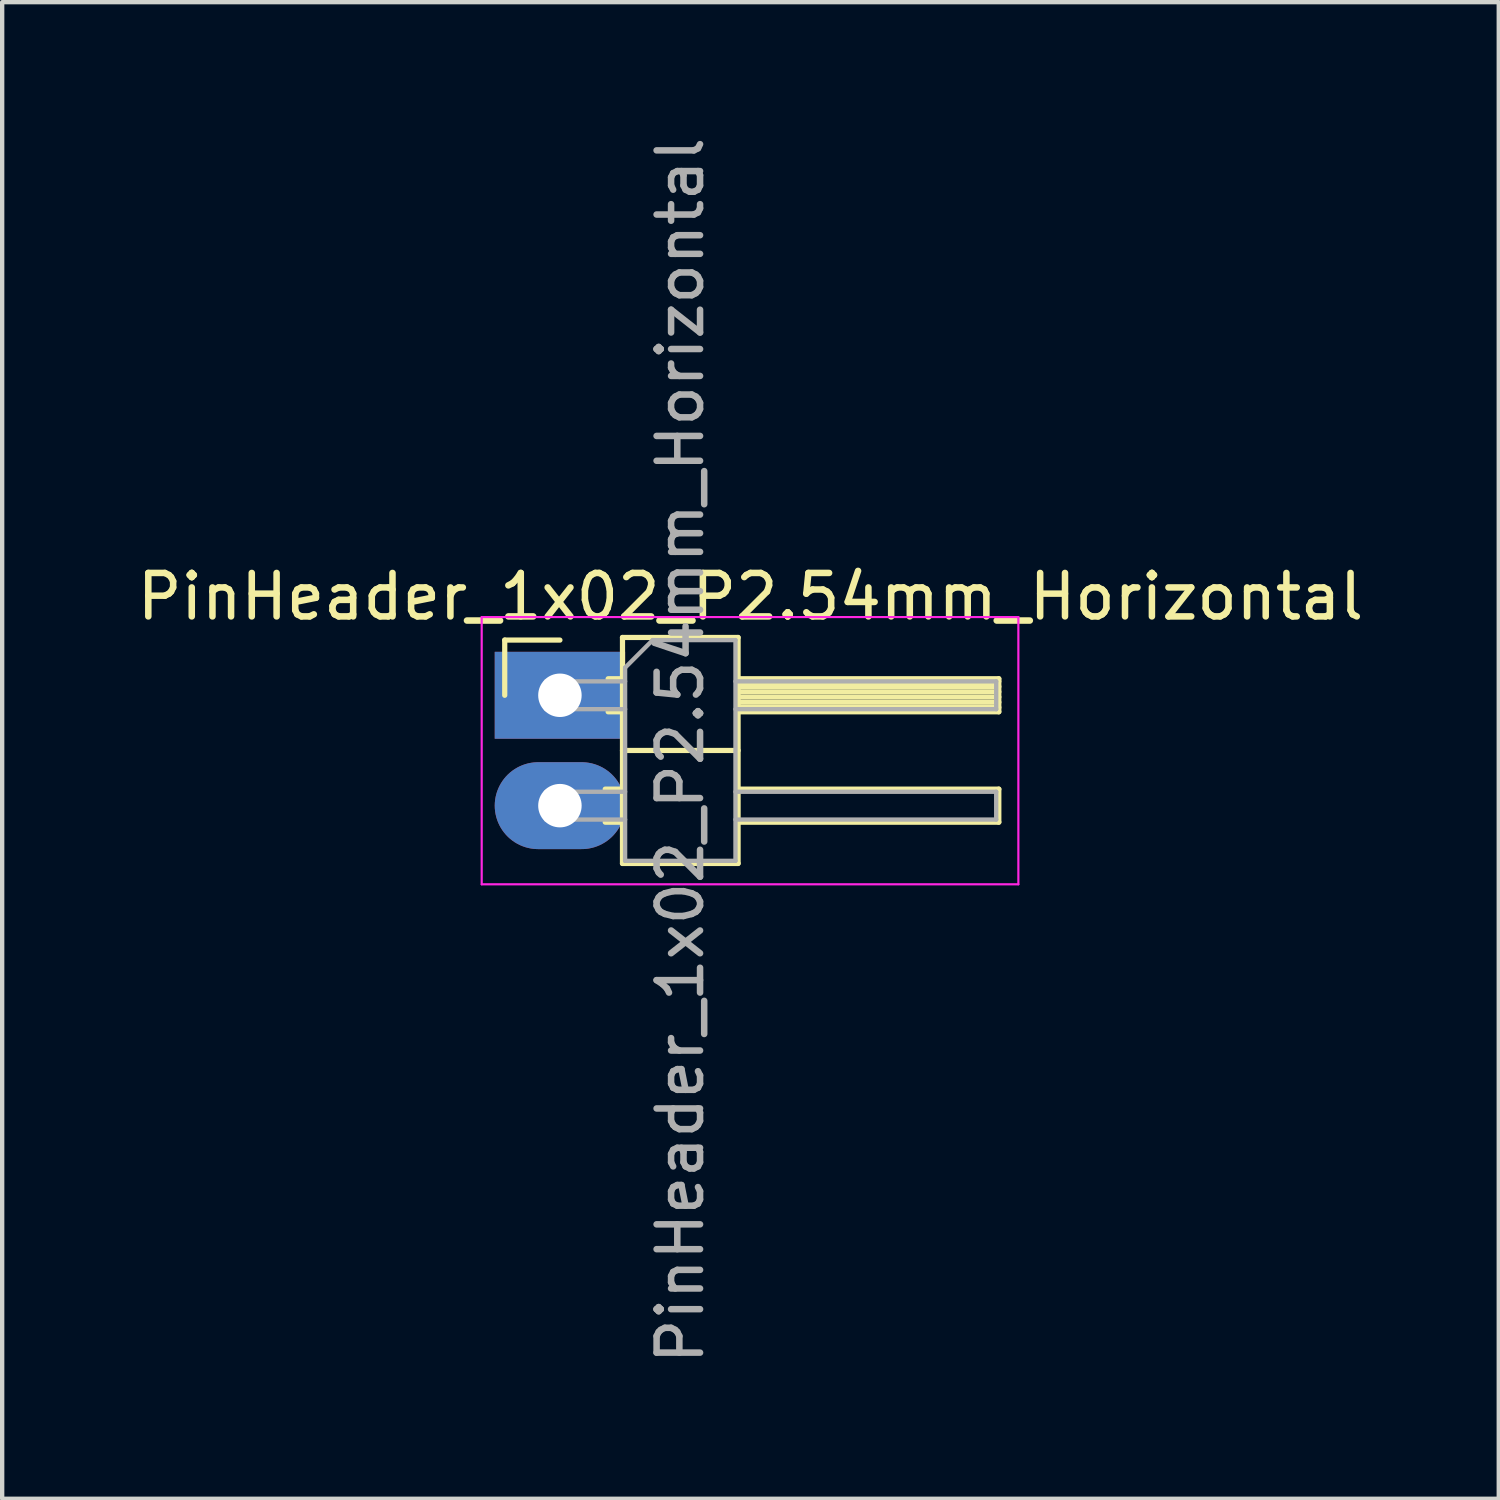
<source format=kicad_pcb>
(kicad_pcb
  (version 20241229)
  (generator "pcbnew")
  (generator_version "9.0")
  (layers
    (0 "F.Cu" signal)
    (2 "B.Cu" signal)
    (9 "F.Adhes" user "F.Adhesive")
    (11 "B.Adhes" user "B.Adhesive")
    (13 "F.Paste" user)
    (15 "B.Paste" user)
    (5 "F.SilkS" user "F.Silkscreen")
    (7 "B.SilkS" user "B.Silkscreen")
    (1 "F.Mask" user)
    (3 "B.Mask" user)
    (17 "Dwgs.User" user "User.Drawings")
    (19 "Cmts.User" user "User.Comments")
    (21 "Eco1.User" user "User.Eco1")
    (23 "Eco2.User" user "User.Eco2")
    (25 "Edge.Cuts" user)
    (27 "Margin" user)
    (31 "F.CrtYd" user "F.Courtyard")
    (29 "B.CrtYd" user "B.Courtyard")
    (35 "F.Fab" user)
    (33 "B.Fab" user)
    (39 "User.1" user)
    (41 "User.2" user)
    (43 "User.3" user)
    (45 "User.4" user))
  (footprint "PinHeader_1x02_P2.54mm_Horizontal"
    (layer "F.Cu")
    (at 9.835 12.95)
    (property "Reference" "PinHeader_1x02_P2.54mm_Horizontal" (at 4.385 -2.27 0) (layer "F.SilkS") (effects (font (size 1 1) (thickness 0.15))))
    (attr through_hole)
    (fp_line (start -1.27 -1.27) (end 0 -1.27) (stroke (width 0.12) (type solid)) (layer "F.SilkS"))
    (fp_line (start -1.27 0) (end -1.27 -1.27) (stroke (width 0.12) (type solid)) (layer "F.SilkS"))
    (fp_line (start 1.043 2.16) (end 1.44 2.16) (stroke (width 0.12) (type solid)) (layer "F.SilkS"))
    (fp_line (start 1.043 2.92) (end 1.44 2.92) (stroke (width 0.12) (type solid)) (layer "F.SilkS"))
    (fp_line (start 1.11 -0.38) (end 1.44 -0.38) (stroke (width 0.12) (type solid)) (layer "F.SilkS"))
    (fp_line (start 1.11 0.38) (end 1.44 0.38) (stroke (width 0.12) (type solid)) (layer "F.SilkS"))
    (fp_line (start 1.44 -1.33) (end 1.44 3.87) (stroke (width 0.12) (type solid)) (layer "F.SilkS"))
    (fp_line (start 1.44 1.27) (end 4.1 1.27) (stroke (width 0.12) (type solid)) (layer "F.SilkS"))
    (fp_line (start 1.44 3.87) (end 4.1 3.87) (stroke (width 0.12) (type solid)) (layer "F.SilkS"))
    (fp_line (start 4.1 -1.33) (end 1.44 -1.33) (stroke (width 0.12) (type solid)) (layer "F.SilkS"))
    (fp_line (start 4.1 -0.38) (end 10.1 -0.38) (stroke (width 0.12) (type solid)) (layer "F.SilkS"))
    (fp_line (start 4.1 -0.32) (end 10.1 -0.32) (stroke (width 0.12) (type solid)) (layer "F.SilkS"))
    (fp_line (start 4.1 -0.2) (end 10.1 -0.2) (stroke (width 0.12) (type solid)) (layer "F.SilkS"))
    (fp_line (start 4.1 -0.08) (end 10.1 -0.08) (stroke (width 0.12) (type solid)) (layer "F.SilkS"))
    (fp_line (start 4.1 0.04) (end 10.1 0.04) (stroke (width 0.12) (type solid)) (layer "F.SilkS"))
    (fp_line (start 4.1 0.16) (end 10.1 0.16) (stroke (width 0.12) (type solid)) (layer "F.SilkS"))
    (fp_line (start 4.1 0.28) (end 10.1 0.28) (stroke (width 0.12) (type solid)) (layer "F.SilkS"))
    (fp_line (start 4.1 2.16) (end 10.1 2.16) (stroke (width 0.12) (type solid)) (layer "F.SilkS"))
    (fp_line (start 4.1 3.87) (end 4.1 -1.33) (stroke (width 0.12) (type solid)) (layer "F.SilkS"))
    (fp_line (start 10.1 -0.38) (end 10.1 0.38) (stroke (width 0.12) (type solid)) (layer "F.SilkS"))
    (fp_line (start 10.1 0.38) (end 4.1 0.38) (stroke (width 0.12) (type solid)) (layer "F.SilkS"))
    (fp_line (start 10.1 2.16) (end 10.1 2.92) (stroke (width 0.12) (type solid)) (layer "F.SilkS"))
    (fp_line (start 10.1 2.92) (end 4.1 2.92) (stroke (width 0.12) (type solid)) (layer "F.SilkS"))
    (fp_line (start -1.8 -1.8) (end -1.8 4.35) (stroke (width 0.05) (type solid)) (layer "F.CrtYd"))
    (fp_line (start -1.8 4.35) (end 10.55 4.35) (stroke (width 0.05) (type solid)) (layer "F.CrtYd"))
    (fp_line (start 10.55 -1.8) (end -1.8 -1.8) (stroke (width 0.05) (type solid)) (layer "F.CrtYd"))
    (fp_line (start 10.55 4.35) (end 10.55 -1.8) (stroke (width 0.05) (type solid)) (layer "F.CrtYd"))
    (fp_line (start -0.32 -0.32) (end -0.32 0.32) (stroke (width 0.1) (type solid)) (layer "F.Fab"))
    (fp_line (start -0.32 -0.32) (end 1.5 -0.32) (stroke (width 0.1) (type solid)) (layer "F.Fab"))
    (fp_line (start -0.32 0.32) (end 1.5 0.32) (stroke (width 0.1) (type solid)) (layer "F.Fab"))
    (fp_line (start -0.32 2.22) (end -0.32 2.86) (stroke (width 0.1) (type solid)) (layer "F.Fab"))
    (fp_line (start -0.32 2.22) (end 1.5 2.22) (stroke (width 0.1) (type solid)) (layer "F.Fab"))
    (fp_line (start -0.32 2.86) (end 1.5 2.86) (stroke (width 0.1) (type solid)) (layer "F.Fab"))
    (fp_line (start 1.5 -0.635) (end 2.135 -1.27) (stroke (width 0.1) (type solid)) (layer "F.Fab"))
    (fp_line (start 1.5 3.81) (end 1.5 -0.635) (stroke (width 0.1) (type solid)) (layer "F.Fab"))
    (fp_line (start 2.135 -1.27) (end 4.04 -1.27) (stroke (width 0.1) (type solid)) (layer "F.Fab"))
    (fp_line (start 4.04 -1.27) (end 4.04 3.81) (stroke (width 0.1) (type solid)) (layer "F.Fab"))
    (fp_line (start 4.04 -0.32) (end 10.04 -0.32) (stroke (width 0.1) (type solid)) (layer "F.Fab"))
    (fp_line (start 4.04 0.32) (end 10.04 0.32) (stroke (width 0.1) (type solid)) (layer "F.Fab"))
    (fp_line (start 4.04 2.22) (end 10.04 2.22) (stroke (width 0.1) (type solid)) (layer "F.Fab"))
    (fp_line (start 4.04 2.86) (end 10.04 2.86) (stroke (width 0.1) (type solid)) (layer "F.Fab"))
    (fp_line (start 4.04 3.81) (end 1.5 3.81) (stroke (width 0.1) (type solid)) (layer "F.Fab"))
    (fp_line (start 10.04 -0.32) (end 10.04 0.32) (stroke (width 0.1) (type solid)) (layer "F.Fab"))
    (fp_line (start 10.04 2.22) (end 10.04 2.86) (stroke (width 0.1) (type solid)) (layer "F.Fab"))
    (fp_text user "${REFERENCE}" (at 2.77 1.27 90) (layer "F.Fab") (effects (font (size 1 1) (thickness 0.15))))
    (pad "1" thru_hole rect (at 0 0) (size 3 2) (drill 1) (layers "*.Cu" "*.Mask" "B.Adhes"))
    (pad "2" thru_hole oval (at 0 2.54) (size 3 2) (drill 1) (layers "*.Cu" "*.Mask")))
  (gr_rect
    (start -3 -3)
    (end 31.44 31.44)
    (stroke (width 0.1) (type default))
    (fill no)
    (layer "Edge.Cuts")))
</source>
